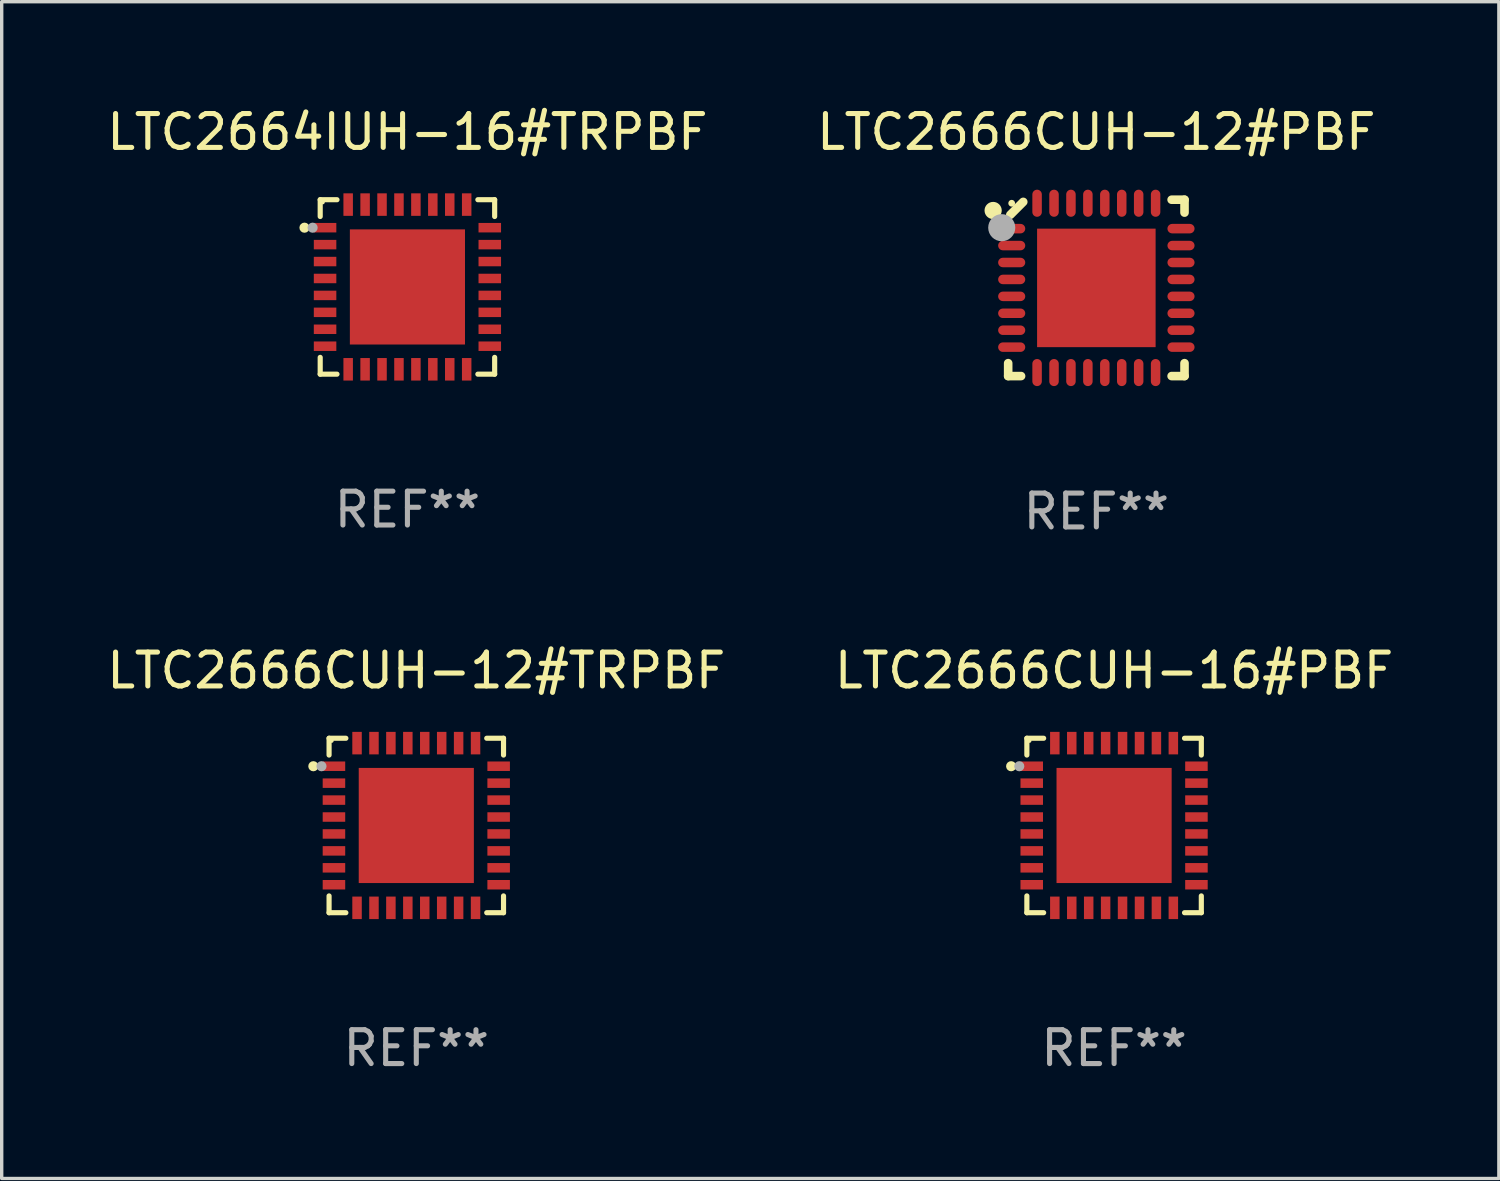
<source format=kicad_pcb>
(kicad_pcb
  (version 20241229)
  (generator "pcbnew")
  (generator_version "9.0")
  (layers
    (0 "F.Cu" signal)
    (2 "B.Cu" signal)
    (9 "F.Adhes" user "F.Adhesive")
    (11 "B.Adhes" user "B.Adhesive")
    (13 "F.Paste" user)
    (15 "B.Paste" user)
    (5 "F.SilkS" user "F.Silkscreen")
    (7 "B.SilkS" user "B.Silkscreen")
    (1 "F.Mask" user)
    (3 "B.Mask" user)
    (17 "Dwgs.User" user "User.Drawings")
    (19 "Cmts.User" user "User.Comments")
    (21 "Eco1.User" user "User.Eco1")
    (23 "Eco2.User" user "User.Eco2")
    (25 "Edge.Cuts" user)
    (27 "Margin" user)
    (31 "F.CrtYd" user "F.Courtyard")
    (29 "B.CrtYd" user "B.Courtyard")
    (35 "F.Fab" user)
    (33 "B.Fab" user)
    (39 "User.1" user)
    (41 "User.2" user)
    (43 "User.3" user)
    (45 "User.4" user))
  (footprint "LTC2666CUH-16#PBF"
    (layer "F.Cu")
    (at 29.851 21.328)
    (property "Reference" "LTC2666CUH-16#PBF" (at 0 -4.576 0) (layer "F.SilkS") (effects (font (size 1 1) (thickness 0.15))))
    (attr through_hole)
    (fp_line (start -2.576 -2.576) (end -2.576 -2.08) (stroke (width 0.152) (type solid)) (layer "F.SilkS"))
    (fp_line (start -2.576 2.576) (end -2.576 2.08) (stroke (width 0.152) (type solid)) (layer "F.SilkS"))
    (fp_line (start -2.08 -2.576) (end -2.576 -2.576) (stroke (width 0.152) (type solid)) (layer "F.SilkS"))
    (fp_line (start -2.08 2.576) (end -2.576 2.576) (stroke (width 0.152) (type solid)) (layer "F.SilkS"))
    (fp_line (start 2.08 -2.576) (end 2.576 -2.576) (stroke (width 0.152) (type solid)) (layer "F.SilkS"))
    (fp_line (start 2.08 2.576) (end 2.576 2.576) (stroke (width 0.152) (type solid)) (layer "F.SilkS"))
    (fp_line (start 2.576 -2.576) (end 2.576 -2.08) (stroke (width 0.152) (type solid)) (layer "F.SilkS"))
    (fp_line (start 2.576 2.576) (end 2.576 2.08) (stroke (width 0.152) (type solid)) (layer "F.SilkS"))
    (fp_circle (center -3.04 -1.75) (end -2.965 -1.75) (stroke (width 0.15) (type solid)) (fill no) (layer "F.SilkS"))
    (fp_circle (center -2.5 -2.5) (end -2.47 -2.5) (stroke (width 0.06) (type solid)) (fill no) (layer "F.SilkS"))
    (fp_circle (center -2.8 -1.75) (end -2.725 -1.75) (stroke (width 0.15) (type solid)) (fill no) (layer "F.Fab"))
    (fp_text user "REF**" (at 0 6.576 0) (layer "F.Fab") (effects (font (size 1 1) (thickness 0.15))))
    (pad "1" smd rect (at -2.432 -1.75) (size 0.665 0.28) (layers "F.Cu" "F.Mask" "F.Paste"))
    (pad "2" smd rect (at -2.432 -1.25) (size 0.665 0.28) (layers "F.Cu" "F.Mask" "F.Paste"))
    (pad "3" smd rect (at -2.432 -0.75) (size 0.665 0.28) (layers "F.Cu" "F.Mask" "F.Paste"))
    (pad "4" smd rect (at -2.432 -0.25) (size 0.665 0.28) (layers "F.Cu" "F.Mask" "F.Paste"))
    (pad "5" smd rect (at -2.432 0.25) (size 0.665 0.28) (layers "F.Cu" "F.Mask" "F.Paste"))
    (pad "6" smd rect (at -2.432 0.75) (size 0.665 0.28) (layers "F.Cu" "F.Mask" "F.Paste"))
    (pad "7" smd rect (at -2.432 1.25) (size 0.665 0.28) (layers "F.Cu" "F.Mask" "F.Paste"))
    (pad "8" smd rect (at -2.432 1.75) (size 0.665 0.28) (layers "F.Cu" "F.Mask" "F.Paste"))
    (pad "9" smd rect (at -1.75 2.432) (size 0.28 0.665) (layers "F.Cu" "F.Mask" "F.Paste"))
    (pad "10" smd rect (at -1.25 2.432) (size 0.28 0.665) (layers "F.Cu" "F.Mask" "F.Paste"))
    (pad "11" smd rect (at -0.75 2.432) (size 0.28 0.665) (layers "F.Cu" "F.Mask" "F.Paste"))
    (pad "12" smd rect (at -0.25 2.432) (size 0.28 0.665) (layers "F.Cu" "F.Mask" "F.Paste"))
    (pad "13" smd rect (at 0.25 2.432) (size 0.28 0.665) (layers "F.Cu" "F.Mask" "F.Paste"))
    (pad "14" smd rect (at 0.75 2.432) (size 0.28 0.665) (layers "F.Cu" "F.Mask" "F.Paste"))
    (pad "15" smd rect (at 1.25 2.432) (size 0.28 0.665) (layers "F.Cu" "F.Mask" "F.Paste"))
    (pad "16" smd rect (at 1.75 2.432) (size 0.28 0.665) (layers "F.Cu" "F.Mask" "F.Paste"))
    (pad "17" smd rect (at 2.432 1.75) (size 0.665 0.28) (layers "F.Cu" "F.Mask" "F.Paste"))
    (pad "18" smd rect (at 2.432 1.25) (size 0.665 0.28) (layers "F.Cu" "F.Mask" "F.Paste"))
    (pad "19" smd rect (at 2.432 0.75) (size 0.665 0.28) (layers "F.Cu" "F.Mask" "F.Paste"))
    (pad "20" smd rect (at 2.432 0.25) (size 0.665 0.28) (layers "F.Cu" "F.Mask" "F.Paste"))
    (pad "21" smd rect (at 2.432 -0.25) (size 0.665 0.28) (layers "F.Cu" "F.Mask" "F.Paste"))
    (pad "22" smd rect (at 2.432 -0.75) (size 0.665 0.28) (layers "F.Cu" "F.Mask" "F.Paste"))
    (pad "23" smd rect (at 2.432 -1.25) (size 0.665 0.28) (layers "F.Cu" "F.Mask" "F.Paste"))
    (pad "24" smd rect (at 2.432 -1.75) (size 0.665 0.28) (layers "F.Cu" "F.Mask" "F.Paste"))
    (pad "25" smd rect (at 1.75 -2.432) (size 0.28 0.665) (layers "F.Cu" "F.Mask" "F.Paste"))
    (pad "26" smd rect (at 1.25 -2.432) (size 0.28 0.665) (layers "F.Cu" "F.Mask" "F.Paste"))
    (pad "27" smd rect (at 0.75 -2.432) (size 0.28 0.665) (layers "F.Cu" "F.Mask" "F.Paste"))
    (pad "28" smd rect (at 0.25 -2.432) (size 0.28 0.665) (layers "F.Cu" "F.Mask" "F.Paste"))
    (pad "29" smd rect (at -0.25 -2.432) (size 0.28 0.665) (layers "F.Cu" "F.Mask" "F.Paste"))
    (pad "30" smd rect (at -0.75 -2.432) (size 0.28 0.665) (layers "F.Cu" "F.Mask" "F.Paste"))
    (pad "31" smd rect (at -1.25 -2.432) (size 0.28 0.665) (layers "F.Cu" "F.Mask" "F.Paste"))
    (pad "32" smd rect (at -1.75 -2.432) (size 0.28 0.665) (layers "F.Cu" "F.Mask" "F.Paste"))
    (pad "33" smd rect (at 0 0) (size 3.4 3.4) (layers "F.Cu" "F.Mask" "F.Paste")))
  (footprint "LTC2664IUH-16#TRPBF"
    (layer "F.Cu")
    (at 8.982 5.424)
    (property "Reference" "LTC2664IUH-16#TRPBF" (at 0 -4.576 0) (layer "F.SilkS") (effects (font (size 1 1) (thickness 0.15))))
    (attr through_hole)
    (fp_line (start -2.576 -2.576) (end -2.576 -2.08) (stroke (width 0.152) (type solid)) (layer "F.SilkS"))
    (fp_line (start -2.576 2.576) (end -2.576 2.08) (stroke (width 0.152) (type solid)) (layer "F.SilkS"))
    (fp_line (start -2.08 -2.576) (end -2.576 -2.576) (stroke (width 0.152) (type solid)) (layer "F.SilkS"))
    (fp_line (start -2.08 2.576) (end -2.576 2.576) (stroke (width 0.152) (type solid)) (layer "F.SilkS"))
    (fp_line (start 2.08 -2.576) (end 2.576 -2.576) (stroke (width 0.152) (type solid)) (layer "F.SilkS"))
    (fp_line (start 2.08 2.576) (end 2.576 2.576) (stroke (width 0.152) (type solid)) (layer "F.SilkS"))
    (fp_line (start 2.576 -2.576) (end 2.576 -2.08) (stroke (width 0.152) (type solid)) (layer "F.SilkS"))
    (fp_line (start 2.576 2.576) (end 2.576 2.08) (stroke (width 0.152) (type solid)) (layer "F.SilkS"))
    (fp_circle (center -3.04 -1.75) (end -2.965 -1.75) (stroke (width 0.15) (type solid)) (fill no) (layer "F.SilkS"))
    (fp_circle (center -2.5 -2.5) (end -2.47 -2.5) (stroke (width 0.06) (type solid)) (fill no) (layer "F.SilkS"))
    (fp_circle (center -2.8 -1.75) (end -2.725 -1.75) (stroke (width 0.15) (type solid)) (fill no) (layer "F.Fab"))
    (fp_text user "REF**" (at 0 6.576 0) (layer "F.Fab") (effects (font (size 1 1) (thickness 0.15))))
    (pad "1" smd rect (at -2.432 -1.75) (size 0.665 0.28) (layers "F.Cu" "F.Mask" "F.Paste"))
    (pad "2" smd rect (at -2.432 -1.25) (size 0.665 0.28) (layers "F.Cu" "F.Mask" "F.Paste"))
    (pad "3" smd rect (at -2.432 -0.75) (size 0.665 0.28) (layers "F.Cu" "F.Mask" "F.Paste"))
    (pad "4" smd rect (at -2.432 -0.25) (size 0.665 0.28) (layers "F.Cu" "F.Mask" "F.Paste"))
    (pad "5" smd rect (at -2.432 0.25) (size 0.665 0.28) (layers "F.Cu" "F.Mask" "F.Paste"))
    (pad "6" smd rect (at -2.432 0.75) (size 0.665 0.28) (layers "F.Cu" "F.Mask" "F.Paste"))
    (pad "7" smd rect (at -2.432 1.25) (size 0.665 0.28) (layers "F.Cu" "F.Mask" "F.Paste"))
    (pad "8" smd rect (at -2.432 1.75) (size 0.665 0.28) (layers "F.Cu" "F.Mask" "F.Paste"))
    (pad "9" smd rect (at -1.75 2.432) (size 0.28 0.665) (layers "F.Cu" "F.Mask" "F.Paste"))
    (pad "10" smd rect (at -1.25 2.432) (size 0.28 0.665) (layers "F.Cu" "F.Mask" "F.Paste"))
    (pad "11" smd rect (at -0.75 2.432) (size 0.28 0.665) (layers "F.Cu" "F.Mask" "F.Paste"))
    (pad "12" smd rect (at -0.25 2.432) (size 0.28 0.665) (layers "F.Cu" "F.Mask" "F.Paste"))
    (pad "13" smd rect (at 0.25 2.432) (size 0.28 0.665) (layers "F.Cu" "F.Mask" "F.Paste"))
    (pad "14" smd rect (at 0.75 2.432) (size 0.28 0.665) (layers "F.Cu" "F.Mask" "F.Paste"))
    (pad "15" smd rect (at 1.25 2.432) (size 0.28 0.665) (layers "F.Cu" "F.Mask" "F.Paste"))
    (pad "16" smd rect (at 1.75 2.432) (size 0.28 0.665) (layers "F.Cu" "F.Mask" "F.Paste"))
    (pad "17" smd rect (at 2.432 1.75) (size 0.665 0.28) (layers "F.Cu" "F.Mask" "F.Paste"))
    (pad "18" smd rect (at 2.432 1.25) (size 0.665 0.28) (layers "F.Cu" "F.Mask" "F.Paste"))
    (pad "19" smd rect (at 2.432 0.75) (size 0.665 0.28) (layers "F.Cu" "F.Mask" "F.Paste"))
    (pad "20" smd rect (at 2.432 0.25) (size 0.665 0.28) (layers "F.Cu" "F.Mask" "F.Paste"))
    (pad "21" smd rect (at 2.432 -0.25) (size 0.665 0.28) (layers "F.Cu" "F.Mask" "F.Paste"))
    (pad "22" smd rect (at 2.432 -0.75) (size 0.665 0.28) (layers "F.Cu" "F.Mask" "F.Paste"))
    (pad "23" smd rect (at 2.432 -1.25) (size 0.665 0.28) (layers "F.Cu" "F.Mask" "F.Paste"))
    (pad "24" smd rect (at 2.432 -1.75) (size 0.665 0.28) (layers "F.Cu" "F.Mask" "F.Paste"))
    (pad "25" smd rect (at 1.75 -2.432) (size 0.28 0.665) (layers "F.Cu" "F.Mask" "F.Paste"))
    (pad "26" smd rect (at 1.25 -2.432) (size 0.28 0.665) (layers "F.Cu" "F.Mask" "F.Paste"))
    (pad "27" smd rect (at 0.75 -2.432) (size 0.28 0.665) (layers "F.Cu" "F.Mask" "F.Paste"))
    (pad "28" smd rect (at 0.25 -2.432) (size 0.28 0.665) (layers "F.Cu" "F.Mask" "F.Paste"))
    (pad "29" smd rect (at -0.25 -2.432) (size 0.28 0.665) (layers "F.Cu" "F.Mask" "F.Paste"))
    (pad "30" smd rect (at -0.75 -2.432) (size 0.28 0.665) (layers "F.Cu" "F.Mask" "F.Paste"))
    (pad "31" smd rect (at -1.25 -2.432) (size 0.28 0.665) (layers "F.Cu" "F.Mask" "F.Paste"))
    (pad "32" smd rect (at -1.75 -2.432) (size 0.28 0.665) (layers "F.Cu" "F.Mask" "F.Paste"))
    (pad "33" smd rect (at 0 0) (size 3.4 3.4) (layers "F.Cu" "F.Mask" "F.Paste")))
  (footprint "LTC2666CUH-12#TRPBF"
    (layer "F.Cu")
    (at 9.244 21.328)
    (property "Reference" "LTC2666CUH-12#TRPBF" (at 0 -4.576 0) (layer "F.SilkS") (effects (font (size 1 1) (thickness 0.15))))
    (attr through_hole)
    (fp_line (start -2.576 -2.576) (end -2.576 -2.08) (stroke (width 0.152) (type solid)) (layer "F.SilkS"))
    (fp_line (start -2.576 2.576) (end -2.576 2.08) (stroke (width 0.152) (type solid)) (layer "F.SilkS"))
    (fp_line (start -2.08 -2.576) (end -2.576 -2.576) (stroke (width 0.152) (type solid)) (layer "F.SilkS"))
    (fp_line (start -2.08 2.576) (end -2.576 2.576) (stroke (width 0.152) (type solid)) (layer "F.SilkS"))
    (fp_line (start 2.08 -2.576) (end 2.576 -2.576) (stroke (width 0.152) (type solid)) (layer "F.SilkS"))
    (fp_line (start 2.08 2.576) (end 2.576 2.576) (stroke (width 0.152) (type solid)) (layer "F.SilkS"))
    (fp_line (start 2.576 -2.576) (end 2.576 -2.08) (stroke (width 0.152) (type solid)) (layer "F.SilkS"))
    (fp_line (start 2.576 2.576) (end 2.576 2.08) (stroke (width 0.152) (type solid)) (layer "F.SilkS"))
    (fp_circle (center -3.04 -1.75) (end -2.965 -1.75) (stroke (width 0.15) (type solid)) (fill no) (layer "F.SilkS"))
    (fp_circle (center -2.5 -2.5) (end -2.47 -2.5) (stroke (width 0.06) (type solid)) (fill no) (layer "F.SilkS"))
    (fp_circle (center -2.8 -1.75) (end -2.725 -1.75) (stroke (width 0.15) (type solid)) (fill no) (layer "F.Fab"))
    (fp_text user "REF**" (at 0 6.576 0) (layer "F.Fab") (effects (font (size 1 1) (thickness 0.15))))
    (pad "1" smd rect (at -2.432 -1.75) (size 0.665 0.28) (layers "F.Cu" "F.Mask" "F.Paste"))
    (pad "2" smd rect (at -2.432 -1.25) (size 0.665 0.28) (layers "F.Cu" "F.Mask" "F.Paste"))
    (pad "3" smd rect (at -2.432 -0.75) (size 0.665 0.28) (layers "F.Cu" "F.Mask" "F.Paste"))
    (pad "4" smd rect (at -2.432 -0.25) (size 0.665 0.28) (layers "F.Cu" "F.Mask" "F.Paste"))
    (pad "5" smd rect (at -2.432 0.25) (size 0.665 0.28) (layers "F.Cu" "F.Mask" "F.Paste"))
    (pad "6" smd rect (at -2.432 0.75) (size 0.665 0.28) (layers "F.Cu" "F.Mask" "F.Paste"))
    (pad "7" smd rect (at -2.432 1.25) (size 0.665 0.28) (layers "F.Cu" "F.Mask" "F.Paste"))
    (pad "8" smd rect (at -2.432 1.75) (size 0.665 0.28) (layers "F.Cu" "F.Mask" "F.Paste"))
    (pad "9" smd rect (at -1.75 2.432) (size 0.28 0.665) (layers "F.Cu" "F.Mask" "F.Paste"))
    (pad "10" smd rect (at -1.25 2.432) (size 0.28 0.665) (layers "F.Cu" "F.Mask" "F.Paste"))
    (pad "11" smd rect (at -0.75 2.432) (size 0.28 0.665) (layers "F.Cu" "F.Mask" "F.Paste"))
    (pad "12" smd rect (at -0.25 2.432) (size 0.28 0.665) (layers "F.Cu" "F.Mask" "F.Paste"))
    (pad "13" smd rect (at 0.25 2.432) (size 0.28 0.665) (layers "F.Cu" "F.Mask" "F.Paste"))
    (pad "14" smd rect (at 0.75 2.432) (size 0.28 0.665) (layers "F.Cu" "F.Mask" "F.Paste"))
    (pad "15" smd rect (at 1.25 2.432) (size 0.28 0.665) (layers "F.Cu" "F.Mask" "F.Paste"))
    (pad "16" smd rect (at 1.75 2.432) (size 0.28 0.665) (layers "F.Cu" "F.Mask" "F.Paste"))
    (pad "17" smd rect (at 2.432 1.75) (size 0.665 0.28) (layers "F.Cu" "F.Mask" "F.Paste"))
    (pad "18" smd rect (at 2.432 1.25) (size 0.665 0.28) (layers "F.Cu" "F.Mask" "F.Paste"))
    (pad "19" smd rect (at 2.432 0.75) (size 0.665 0.28) (layers "F.Cu" "F.Mask" "F.Paste"))
    (pad "20" smd rect (at 2.432 0.25) (size 0.665 0.28) (layers "F.Cu" "F.Mask" "F.Paste"))
    (pad "21" smd rect (at 2.432 -0.25) (size 0.665 0.28) (layers "F.Cu" "F.Mask" "F.Paste"))
    (pad "22" smd rect (at 2.432 -0.75) (size 0.665 0.28) (layers "F.Cu" "F.Mask" "F.Paste"))
    (pad "23" smd rect (at 2.432 -1.25) (size 0.665 0.28) (layers "F.Cu" "F.Mask" "F.Paste"))
    (pad "24" smd rect (at 2.432 -1.75) (size 0.665 0.28) (layers "F.Cu" "F.Mask" "F.Paste"))
    (pad "25" smd rect (at 1.75 -2.432) (size 0.28 0.665) (layers "F.Cu" "F.Mask" "F.Paste"))
    (pad "26" smd rect (at 1.25 -2.432) (size 0.28 0.665) (layers "F.Cu" "F.Mask" "F.Paste"))
    (pad "27" smd rect (at 0.75 -2.432) (size 0.28 0.665) (layers "F.Cu" "F.Mask" "F.Paste"))
    (pad "28" smd rect (at 0.25 -2.432) (size 0.28 0.665) (layers "F.Cu" "F.Mask" "F.Paste"))
    (pad "29" smd rect (at -0.25 -2.432) (size 0.28 0.665) (layers "F.Cu" "F.Mask" "F.Paste"))
    (pad "30" smd rect (at -0.75 -2.432) (size 0.28 0.665) (layers "F.Cu" "F.Mask" "F.Paste"))
    (pad "31" smd rect (at -1.25 -2.432) (size 0.28 0.665) (layers "F.Cu" "F.Mask" "F.Paste"))
    (pad "32" smd rect (at -1.75 -2.432) (size 0.28 0.665) (layers "F.Cu" "F.Mask" "F.Paste"))
    (pad "33" smd rect (at 0 0) (size 3.4 3.4) (layers "F.Cu" "F.Mask" "F.Paste")))
  (footprint "LTC2666CUH-12#PBF"
    (layer "F.Cu")
    (at 29.327 5.452)
    (property "Reference" "LTC2666CUH-12#PBF" (at 0 -4.604 0) (layer "F.SilkS") (effects (font (size 1 1) (thickness 0.15))))
    (attr through_hole)
    (fp_line (start -2.604 2.223) (end -2.604 2.604) (stroke (width 0.254) (type solid)) (layer "F.SilkS"))
    (fp_line (start -2.604 2.604) (end -2.223 2.604) (stroke (width 0.254) (type solid)) (layer "F.SilkS"))
    (fp_line (start -2.159 -2.54) (end -2.54 -2.159) (stroke (width 0.254) (type solid)) (layer "F.SilkS"))
    (fp_line (start 2.223 2.604) (end 2.604 2.604) (stroke (width 0.254) (type solid)) (layer "F.SilkS"))
    (fp_line (start 2.604 -2.604) (end 2.223 -2.604) (stroke (width 0.254) (type solid)) (layer "F.SilkS"))
    (fp_line (start 2.604 -2.223) (end 2.604 -2.604) (stroke (width 0.254) (type solid)) (layer "F.SilkS"))
    (fp_line (start 2.604 2.604) (end 2.604 2.223) (stroke (width 0.254) (type solid)) (layer "F.SilkS"))
    (fp_circle (center -3.048 -2.286) (end -2.921 -2.286) (stroke (width 0.254) (type solid)) (fill no) (layer "F.SilkS"))
    (fp_circle (center -2.5 -2.5) (end -2.45 -2.5) (stroke (width 0.1) (type solid)) (fill no) (layer "F.SilkS"))
    (fp_circle (center -2.794 -1.778) (end -2.594 -1.778) (stroke (width 0.4) (type solid)) (fill no) (layer "F.Fab"))
    (fp_text user "REF**" (at 0 6.604 0) (layer "F.Fab") (effects (font (size 1 1) (thickness 0.15))))
    (pad "1" smd oval (at -2.5 -1.75) (size 0.8 0.28) (layers "F.Cu" "F.Mask" "F.Paste"))
    (pad "2" smd oval (at -2.5 -1.25) (size 0.8 0.28) (layers "F.Cu" "F.Mask" "F.Paste"))
    (pad "3" smd oval (at -2.5 -0.75) (size 0.8 0.28) (layers "F.Cu" "F.Mask" "F.Paste"))
    (pad "4" smd oval (at -2.5 -0.25) (size 0.8 0.28) (layers "F.Cu" "F.Mask" "F.Paste"))
    (pad "5" smd oval (at -2.5 0.25) (size 0.8 0.28) (layers "F.Cu" "F.Mask" "F.Paste"))
    (pad "6" smd oval (at -2.5 0.75) (size 0.8 0.28) (layers "F.Cu" "F.Mask" "F.Paste"))
    (pad "7" smd oval (at -2.5 1.25) (size 0.8 0.28) (layers "F.Cu" "F.Mask" "F.Paste"))
    (pad "8" smd oval (at -2.5 1.75) (size 0.8 0.28) (layers "F.Cu" "F.Mask" "F.Paste"))
    (pad "9" smd oval (at -1.75 2.5) (size 0.28 0.8) (layers "F.Cu" "F.Mask" "F.Paste"))
    (pad "10" smd oval (at -1.25 2.5) (size 0.28 0.8) (layers "F.Cu" "F.Mask" "F.Paste"))
    (pad "11" smd oval (at -0.75 2.5) (size 0.28 0.8) (layers "F.Cu" "F.Mask" "F.Paste"))
    (pad "12" smd oval (at -0.25 2.5) (size 0.28 0.8) (layers "F.Cu" "F.Mask" "F.Paste"))
    (pad "13" smd oval (at 0.25 2.5) (size 0.28 0.8) (layers "F.Cu" "F.Mask" "F.Paste"))
    (pad "14" smd oval (at 0.75 2.5) (size 0.28 0.8) (layers "F.Cu" "F.Mask" "F.Paste"))
    (pad "15" smd oval (at 1.25 2.5) (size 0.28 0.8) (layers "F.Cu" "F.Mask" "F.Paste"))
    (pad "16" smd oval (at 1.75 2.5) (size 0.28 0.8) (layers "F.Cu" "F.Mask" "F.Paste"))
    (pad "17" smd oval (at 2.5 1.75) (size 0.8 0.28) (layers "F.Cu" "F.Mask" "F.Paste"))
    (pad "18" smd oval (at 2.5 1.25) (size 0.8 0.28) (layers "F.Cu" "F.Mask" "F.Paste"))
    (pad "19" smd oval (at 2.5 0.75) (size 0.8 0.28) (layers "F.Cu" "F.Mask" "F.Paste"))
    (pad "20" smd oval (at 2.5 0.25) (size 0.8 0.28) (layers "F.Cu" "F.Mask" "F.Paste"))
    (pad "21" smd oval (at 2.5 -0.25) (size 0.8 0.28) (layers "F.Cu" "F.Mask" "F.Paste"))
    (pad "22" smd oval (at 2.5 -0.75) (size 0.8 0.28) (layers "F.Cu" "F.Mask" "F.Paste"))
    (pad "23" smd oval (at 2.5 -1.25) (size 0.8 0.28) (layers "F.Cu" "F.Mask" "F.Paste"))
    (pad "24" smd oval (at 2.5 -1.75) (size 0.8 0.28) (layers "F.Cu" "F.Mask" "F.Paste"))
    (pad "25" smd oval (at 1.75 -2.5) (size 0.28 0.8) (layers "F.Cu" "F.Mask" "F.Paste"))
    (pad "26" smd oval (at 1.25 -2.5) (size 0.28 0.8) (layers "F.Cu" "F.Mask" "F.Paste"))
    (pad "27" smd oval (at 0.75 -2.5) (size 0.28 0.8) (layers "F.Cu" "F.Mask" "F.Paste"))
    (pad "28" smd oval (at 0.25 -2.5) (size 0.28 0.8) (layers "F.Cu" "F.Mask" "F.Paste"))
    (pad "29" smd oval (at -0.25 -2.5) (size 0.28 0.8) (layers "F.Cu" "F.Mask" "F.Paste"))
    (pad "30" smd oval (at -0.75 -2.5) (size 0.28 0.8) (layers "F.Cu" "F.Mask" "F.Paste"))
    (pad "31" smd oval (at -1.25 -2.5) (size 0.28 0.8) (layers "F.Cu" "F.Mask" "F.Paste"))
    (pad "32" smd oval (at -1.75 -2.5) (size 0.28 0.8) (layers "F.Cu" "F.Mask" "F.Paste"))
    (pad "33" smd rect (at 0.000076 0.000076) (size 3.5 3.5) (layers "F.Cu" "F.Mask" "F.Paste")))
  (gr_rect
    (start -3 -3)
    (end 41.214 31.752)
    (stroke (width 0.1) (type default))
    (fill no)
    (layer "Edge.Cuts")))
</source>
